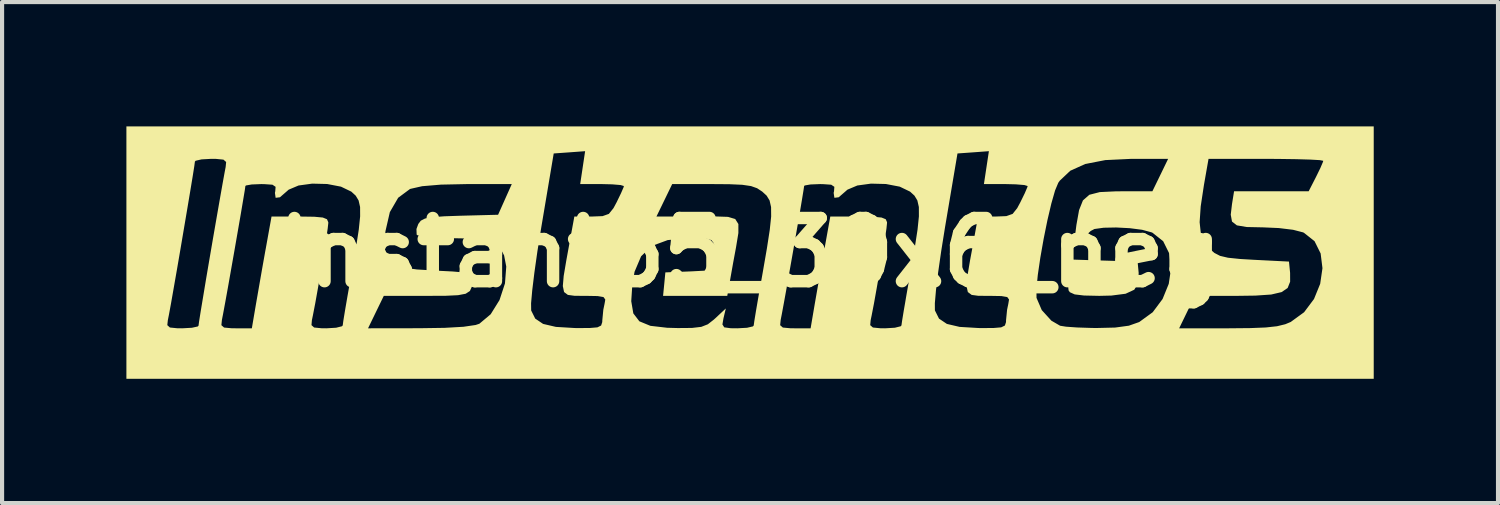
<source format=kicad_pcb>
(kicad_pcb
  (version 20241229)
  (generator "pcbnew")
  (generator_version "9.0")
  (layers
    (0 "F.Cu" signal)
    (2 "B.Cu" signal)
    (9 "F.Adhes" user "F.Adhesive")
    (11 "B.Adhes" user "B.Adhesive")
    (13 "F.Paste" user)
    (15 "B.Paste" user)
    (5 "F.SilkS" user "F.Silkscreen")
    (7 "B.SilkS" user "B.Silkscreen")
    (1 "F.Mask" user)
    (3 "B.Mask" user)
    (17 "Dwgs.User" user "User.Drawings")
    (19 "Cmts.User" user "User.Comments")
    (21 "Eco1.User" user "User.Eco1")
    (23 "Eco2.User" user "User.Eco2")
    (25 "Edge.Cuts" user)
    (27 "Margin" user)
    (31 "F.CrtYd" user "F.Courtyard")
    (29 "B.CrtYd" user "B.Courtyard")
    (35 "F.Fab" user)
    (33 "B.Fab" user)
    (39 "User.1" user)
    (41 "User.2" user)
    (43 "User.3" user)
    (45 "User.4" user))
  (footprint "Instant65_30x6_neg"
    (layer "F.Cu")
    (at 15.049 3.045)
    (property "Reference" "Instant65_30x6_neg" (at 0 0 0) (layer "F.SilkS") (effects (font (size 1.524 1.524) (thickness 0.3))))
    (attr through_hole)
    (fp_poly (pts (xy 8.551 0.193) (xy 9.351 0.217) (xy 9.377 0.489) (xy 9.369 0.732) (xy 9.271 0.896) (xy 9.062 0.993) (xy 8.719 1.037) (xy 8.429 1.044) (xy 8.06 1.036) (xy 7.833 1.009) (xy 7.716 0.956) (xy 7.686 0.913) (xy 7.667 0.742) (xy 7.689 0.501) (xy 7.693 0.475) (xy 7.751 0.168)) (stroke (width 0) (type solid)) (fill yes) (layer "F.SilkS"))
    (fp_poly (pts (xy 15.049 3.045) (xy -15.049 3.045) (xy -15.049 1.751) (xy -14.062 1.751) (xy -13.999 1.808) (xy -13.819 1.826) (xy -13.702 1.827) (xy -13.468 1.814) (xy -13.327 1.783) (xy -13.309 1.764) (xy -13.307 1.752) (xy -12.757 1.752) (xy -12.692 1.809) (xy -12.509 1.826) (xy -12.406 1.827) (xy -12.022 1.827) (xy -11.922 1.24) (xy -11.856 0.862) (xy -11.776 0.403) (xy -11.696 -0.046) (xy -11.684 -0.109) (xy -11.547 -0.87) (xy -10.862 -0.87) (xy -10.516 -0.865) (xy -10.31 -0.846) (xy -10.209 -0.805) (xy -10.178 -0.734) (xy -10.177 -0.715) (xy -10.192 -0.579) (xy -10.231 -0.314) (xy -10.288 0.041) (xy -10.355 0.443) (xy -10.426 0.852) (xy -10.493 1.227) (xy -10.551 1.526) (xy -10.573 1.631) (xy -10.583 1.751) (xy -10.519 1.808) (xy -10.337 1.826) (xy -10.223 1.827) (xy -9.218 1.827) (xy -7.98 1.825) (xy -7.371 1.816) (xy -6.916 1.79) (xy -6.622 1.747) (xy -6.532 1.717) (xy -6.259 1.488) (xy -6.093 1.221) (xy -5.284 1.221) (xy -5.282 1.392) (xy -5.281 1.399) (xy -5.184 1.593) (xy -4.994 1.721) (xy -4.685 1.793) (xy -4.234 1.82) (xy -4.197 1.821) (xy -3.872 1.82) (xy -3.683 1.804) (xy -3.594 1.76) (xy -3.567 1.678) (xy -3.565 1.631) (xy -3.541 1.379) (xy -3.512 1.24) (xy -3.5 1.173) (xy -2.867 1.173) (xy -2.817 1.467) (xy -2.671 1.658) (xy -2.406 1.767) (xy -2.001 1.814) (xy -1.744 1.821) (xy -1.401 1.818) (xy -1.177 1.792) (xy -1.019 1.73) (xy -0.874 1.617) (xy -0.841 1.587) (xy -0.585 1.348) (xy -0.642 1.587) (xy -0.667 1.734) (xy -0.623 1.804) (xy -0.47 1.825) (xy -0.306 1.827) (xy -0.072 1.814) (xy 0.069 1.781) (xy 0.087 1.761) (xy 0.089 1.752) (xy 0.726 1.752) (xy 0.791 1.809) (xy 0.974 1.826) (xy 1.077 1.827) (xy 1.461 1.827) (xy 1.561 1.24) (xy 1.627 0.862) (xy 1.707 0.403) (xy 1.787 -0.046) (xy 1.799 -0.109) (xy 1.936 -0.87) (xy 2.621 -0.87) (xy 2.966 -0.865) (xy 3.173 -0.846) (xy 3.274 -0.805) (xy 3.305 -0.734) (xy 3.305 -0.715) (xy 3.291 -0.579) (xy 3.252 -0.314) (xy 3.195 0.041) (xy 3.128 0.443) (xy 3.057 0.852) (xy 2.99 1.227) (xy 2.932 1.526) (xy 2.91 1.631) (xy 2.899 1.751) (xy 2.964 1.808) (xy 3.146 1.826) (xy 3.26 1.827) (xy 10.354 1.827) (xy 11.549 1.827) (xy 12.067 1.822) (xy 12.444 1.807) (xy 12.716 1.777) (xy 12.914 1.729) (xy 13.046 1.674) (xy 13.369 1.439) (xy 13.608 1.12) (xy 13.757 0.754) (xy 13.812 0.376) (xy 13.768 0.021) (xy 13.621 -0.275) (xy 13.365 -0.478) (xy 13.34 -0.489) (xy 13.104 -0.55) (xy 12.759 -0.592) (xy 12.372 -0.609) (xy 12.364 -0.609) (xy 11.983 -0.617) (xy 11.747 -0.657) (xy 11.629 -0.749) (xy 11.599 -0.915) (xy 11.629 -1.169) (xy 11.679 -1.479) (xy 13.479 -1.479) (xy 13.655 -1.823) (xy 13.762 -2.042) (xy 13.824 -2.188) (xy 13.831 -2.215) (xy 13.749 -2.231) (xy 13.522 -2.244) (xy 13.179 -2.254) (xy 12.751 -2.26) (xy 12.447 -2.262) (xy 11.063 -2.262) (xy 10.952 -1.631) (xy 10.874 -1.115) (xy 10.848 -0.734) (xy 10.878 -0.454) (xy 10.966 -0.243) (xy 11.082 -0.1) (xy 11.204 0.008) (xy 11.341 0.079) (xy 11.532 0.124) (xy 11.821 0.154) (xy 12.158 0.174) (xy 13.004 0.217) (xy 13.031 0.489) (xy 13.032 0.702) (xy 12.972 0.854) (xy 12.827 0.953) (xy 12.575 1.012) (xy 12.192 1.038) (xy 11.754 1.044) (xy 10.734 1.044) (xy 10.354 1.827) (xy 3.26 1.827) (xy 3.494 1.813) (xy 3.635 1.778) (xy 3.653 1.757) (xy 3.668 1.65) (xy 3.708 1.405) (xy 3.74 1.221) (xy 4.459 1.221) (xy 4.46 1.392) (xy 4.462 1.399) (xy 4.559 1.593) (xy 4.749 1.721) (xy 5.057 1.793) (xy 5.509 1.82) (xy 5.545 1.821) (xy 5.871 1.82) (xy 6.06 1.804) (xy 6.149 1.76) (xy 6.176 1.678) (xy 6.177 1.631) (xy 6.202 1.379) (xy 6.231 1.24) (xy 6.249 1.132) (xy 6.206 1.073) (xy 6.065 1.049) (xy 5.79 1.044) (xy 5.751 1.044) (xy 5.509 1.043) (xy 5.347 1.021) (xy 5.255 0.952) (xy 5.238 0.876) (xy 6.91 0.876) (xy 6.912 1.09) (xy 6.913 1.095) (xy 7.039 1.388) (xy 7.271 1.643) (xy 7.481 1.765) (xy 7.624 1.788) (xy 7.892 1.807) (xy 8.234 1.818) (xy 8.351 1.82) (xy 8.809 1.809) (xy 9.14 1.764) (xy 9.387 1.677) (xy 9.393 1.674) (xy 9.716 1.439) (xy 9.954 1.12) (xy 10.103 0.754) (xy 10.159 0.376) (xy 10.115 0.021) (xy 9.968 -0.275) (xy 9.712 -0.478) (xy 9.687 -0.489) (xy 9.462 -0.55) (xy 9.16 -0.589) (xy 8.834 -0.606) (xy 8.533 -0.6) (xy 8.31 -0.569) (xy 8.22 -0.522) (xy 8.106 -0.414) (xy 7.992 -0.342) (xy 7.889 -0.297) (xy 7.846 -0.333) (xy 7.851 -0.483) (xy 7.875 -0.668) (xy 7.939 -1.025) (xy 8.032 -1.259) (xy 8.187 -1.395) (xy 8.44 -1.46) (xy 8.824 -1.478) (xy 8.944 -1.479) (xy 9.708 -1.479) (xy 9.898 -1.87) (xy 10.088 -2.262) (xy 9.203 -2.262) (xy 8.573 -2.232) (xy 8.088 -2.138) (xy 7.727 -1.975) (xy 7.473 -1.735) (xy 7.437 -1.684) (xy 7.36 -1.5) (xy 7.27 -1.185) (xy 7.175 -0.781) (xy 7.084 -0.331) (xy 7.004 0.123) (xy 6.943 0.539) (xy 6.91 0.876) (xy 5.238 0.876) (xy 5.224 0.808) (xy 5.245 0.563) (xy 5.308 0.189) (xy 5.361 -0.096) (xy 5.502 -0.87) (xy 5.924 -0.87) (xy 6.184 -0.88) (xy 6.336 -0.934) (xy 6.446 -1.072) (xy 6.522 -1.214) (xy 6.629 -1.433) (xy 6.691 -1.579) (xy 6.698 -1.606) (xy 6.619 -1.63) (xy 6.413 -1.647) (xy 6.171 -1.653) (xy 5.643 -1.653) (xy 5.703 -2.05) (xy 5.763 -2.447) (xy 5.384 -2.419) (xy 5.005 -2.392) (xy 4.704 -0.609) (xy 4.612 -0.034) (xy 4.538 0.481) (xy 4.486 0.908) (xy 4.459 1.221) (xy 3.74 1.221) (xy 3.768 1.055) (xy 3.842 0.632) (xy 3.871 0.474) (xy 3.973 -0.112) (xy 4.041 -0.552) (xy 4.074 -0.873) (xy 4.073 -1.1) (xy 4.037 -1.258) (xy 3.967 -1.374) (xy 3.861 -1.471) (xy 3.859 -1.472) (xy 3.612 -1.591) (xy 3.278 -1.655) (xy 2.918 -1.664) (xy 2.588 -1.619) (xy 2.349 -1.518) (xy 2.305 -1.479) (xy 2.139 -1.335) (xy 2.035 -1.322) (xy 2.017 -1.441) (xy 2.026 -1.479) (xy 2.034 -1.587) (xy 1.958 -1.638) (xy 1.757 -1.652) (xy 1.688 -1.653) (xy 1.457 -1.644) (xy 1.321 -1.62) (xy 1.305 -1.607) (xy 1.29 -1.507) (xy 1.251 -1.268) (xy 1.193 -0.924) (xy 1.121 -0.509) (xy 1.042 -0.055) (xy 0.961 0.404) (xy 0.885 0.835) (xy 0.818 1.205) (xy 0.767 1.48) (xy 0.738 1.628) (xy 0.738 1.631) (xy 0.726 1.752) (xy 0.089 1.752) (xy 0.102 1.657) (xy 0.142 1.413) (xy 0.202 1.064) (xy 0.277 0.641) (xy 0.305 0.483) (xy 0.407 -0.105) (xy 0.475 -0.547) (xy 0.509 -0.87) (xy 0.507 -1.098) (xy 0.471 -1.258) (xy 0.399 -1.375) (xy 0.293 -1.472) (xy 0.17 -1.553) (xy 0.023 -1.605) (xy -0.187 -1.636) (xy -0.498 -1.65) (xy -0.908 -1.653) (xy -1.879 -1.653) (xy -2.069 -1.261) (xy -2.259 -0.87) (xy -1.26 -0.87) (xy -0.826 -0.872) (xy -0.532 -0.862) (xy -0.358 -0.81) (xy -0.282 -0.689) (xy -0.282 -0.472) (xy -0.338 -0.131) (xy -0.406 0.234) (xy -0.55 1.044) (xy -2.099 1.044) (xy -2.071 0.761) (xy -2.044 0.478) (xy -1.414 0.453) (xy -1.075 0.435) (xy -0.88 0.395) (xy -0.798 0.306) (xy -0.798 0.139) (xy -0.837 -0.076) (xy -0.873 -0.221) (xy -0.935 -0.302) (xy -1.065 -0.338) (xy -1.308 -0.347) (xy -1.468 -0.347) (xy -1.986 -0.302) (xy -2.368 -0.161) (xy -2.629 0.089) (xy -2.787 0.462) (xy -2.84 0.755) (xy -2.867 1.173) (xy -3.5 1.173) (xy -3.494 1.132) (xy -3.537 1.073) (xy -3.678 1.049) (xy -3.953 1.044) (xy -3.991 1.044) (xy -4.233 1.043) (xy -4.396 1.021) (xy -4.488 0.952) (xy -4.518 0.808) (xy -4.497 0.563) (xy -4.434 0.189) (xy -4.382 -0.096) (xy -4.24 -0.87) (xy -3.818 -0.87) (xy -3.559 -0.88) (xy -3.407 -0.934) (xy -3.296 -1.072) (xy -3.22 -1.214) (xy -3.114 -1.433) (xy -3.051 -1.579) (xy -3.045 -1.606) (xy -3.124 -1.63) (xy -3.329 -1.647) (xy -3.572 -1.653) (xy -4.099 -1.653) (xy -3.98 -2.447) (xy -4.359 -2.419) (xy -4.738 -2.392) (xy -5.038 -0.609) (xy -5.131 -0.034) (xy -5.204 0.481) (xy -5.256 0.908) (xy -5.284 1.221) (xy -6.093 1.221) (xy -6.046 1.146) (xy -5.914 0.744) (xy -5.883 0.337) (xy -5.935 0.068) (xy -6.028 -0.109) (xy -6.183 -0.229) (xy -6.427 -0.303) (xy -6.79 -0.34) (xy -7.22 -0.348) (xy -7.57 -0.357) (xy -7.851 -0.381) (xy -8.018 -0.416) (xy -8.045 -0.433) (xy -8.05 -0.569) (xy -8.005 -0.691) (xy -7.945 -0.77) (xy -7.843 -0.822) (xy -7.664 -0.855) (xy -7.376 -0.876) (xy -6.997 -0.889) (xy -6.08 -0.913) (xy -5.915 -1.283) (xy -5.75 -1.653) (xy -6.835 -1.653) (xy -7.459 -1.64) (xy -7.912 -1.602) (xy -8.195 -1.538) (xy -8.208 -1.533) (xy -8.491 -1.323) (xy -8.692 -0.977) (xy -8.798 -0.516) (xy -8.811 -0.353) (xy -8.808 -0.066) (xy -8.755 0.137) (xy -8.626 0.273) (xy -8.397 0.357) (xy -8.041 0.407) (xy -7.587 0.435) (xy -7.175 0.456) (xy -6.908 0.479) (xy -6.755 0.51) (xy -6.688 0.557) (xy -6.677 0.627) (xy -6.68 0.652) (xy -6.71 0.816) (xy -6.76 0.926) (xy -6.862 0.993) (xy -7.046 1.028) (xy -7.342 1.042) (xy -7.779 1.044) (xy -7.809 1.044) (xy -8.838 1.044) (xy -9.028 1.435) (xy -9.218 1.827) (xy -10.223 1.827) (xy -9.988 1.813) (xy -9.848 1.778) (xy -9.829 1.757) (xy -9.815 1.65) (xy -9.775 1.405) (xy -9.715 1.055) (xy -9.64 0.632) (xy -9.612 0.474) (xy -9.51 -0.112) (xy -9.442 -0.552) (xy -9.409 -0.873) (xy -9.41 -1.1) (xy -9.446 -1.258) (xy -9.516 -1.374) (xy -9.622 -1.471) (xy -9.624 -1.472) (xy -9.871 -1.591) (xy -10.205 -1.655) (xy -10.565 -1.664) (xy -10.895 -1.619) (xy -11.134 -1.518) (xy -11.178 -1.479) (xy -11.344 -1.335) (xy -11.448 -1.322) (xy -11.465 -1.441) (xy -11.457 -1.479) (xy -11.449 -1.587) (xy -11.525 -1.638) (xy -11.725 -1.652) (xy -11.795 -1.653) (xy -12.025 -1.644) (xy -12.162 -1.62) (xy -12.178 -1.607) (xy -12.192 -1.507) (xy -12.232 -1.268) (xy -12.29 -0.924) (xy -12.362 -0.509) (xy -12.441 -0.055) (xy -12.522 0.404) (xy -12.598 0.835) (xy -12.665 1.205) (xy -12.716 1.48) (xy -12.745 1.628) (xy -12.745 1.631) (xy -12.757 1.752) (xy -13.307 1.752) (xy -13.295 1.661) (xy -13.256 1.417) (xy -13.197 1.063) (xy -13.125 0.629) (xy -13.043 0.147) (xy -12.957 -0.355) (xy -12.872 -0.844) (xy -12.794 -1.291) (xy -12.728 -1.665) (xy -12.679 -1.935) (xy -12.654 -2.066) (xy -12.642 -2.186) (xy -12.707 -2.243) (xy -12.887 -2.261) (xy -13.003 -2.262) (xy -13.237 -2.249) (xy -13.378 -2.216) (xy -13.396 -2.196) (xy -13.41 -2.09) (xy -13.449 -1.843) (xy -13.508 -1.486) (xy -13.581 -1.05) (xy -13.663 -0.566) (xy -13.748 -0.064) (xy -13.832 0.425) (xy -13.91 0.87) (xy -13.975 1.241) (xy -14.024 1.506) (xy -14.049 1.631) (xy -14.062 1.751) (xy -15.049 1.751) (xy -15.049 -3.045) (xy 15.049 -3.045)) (stroke (width 0) (type solid)) (fill yes) (layer "F.SilkS")))
  (gr_rect
    (start -3 -3)
    (end 33.097 9.089)
    (stroke (width 0.1) (type default))
    (fill no)
    (layer "Edge.Cuts")))
</source>
